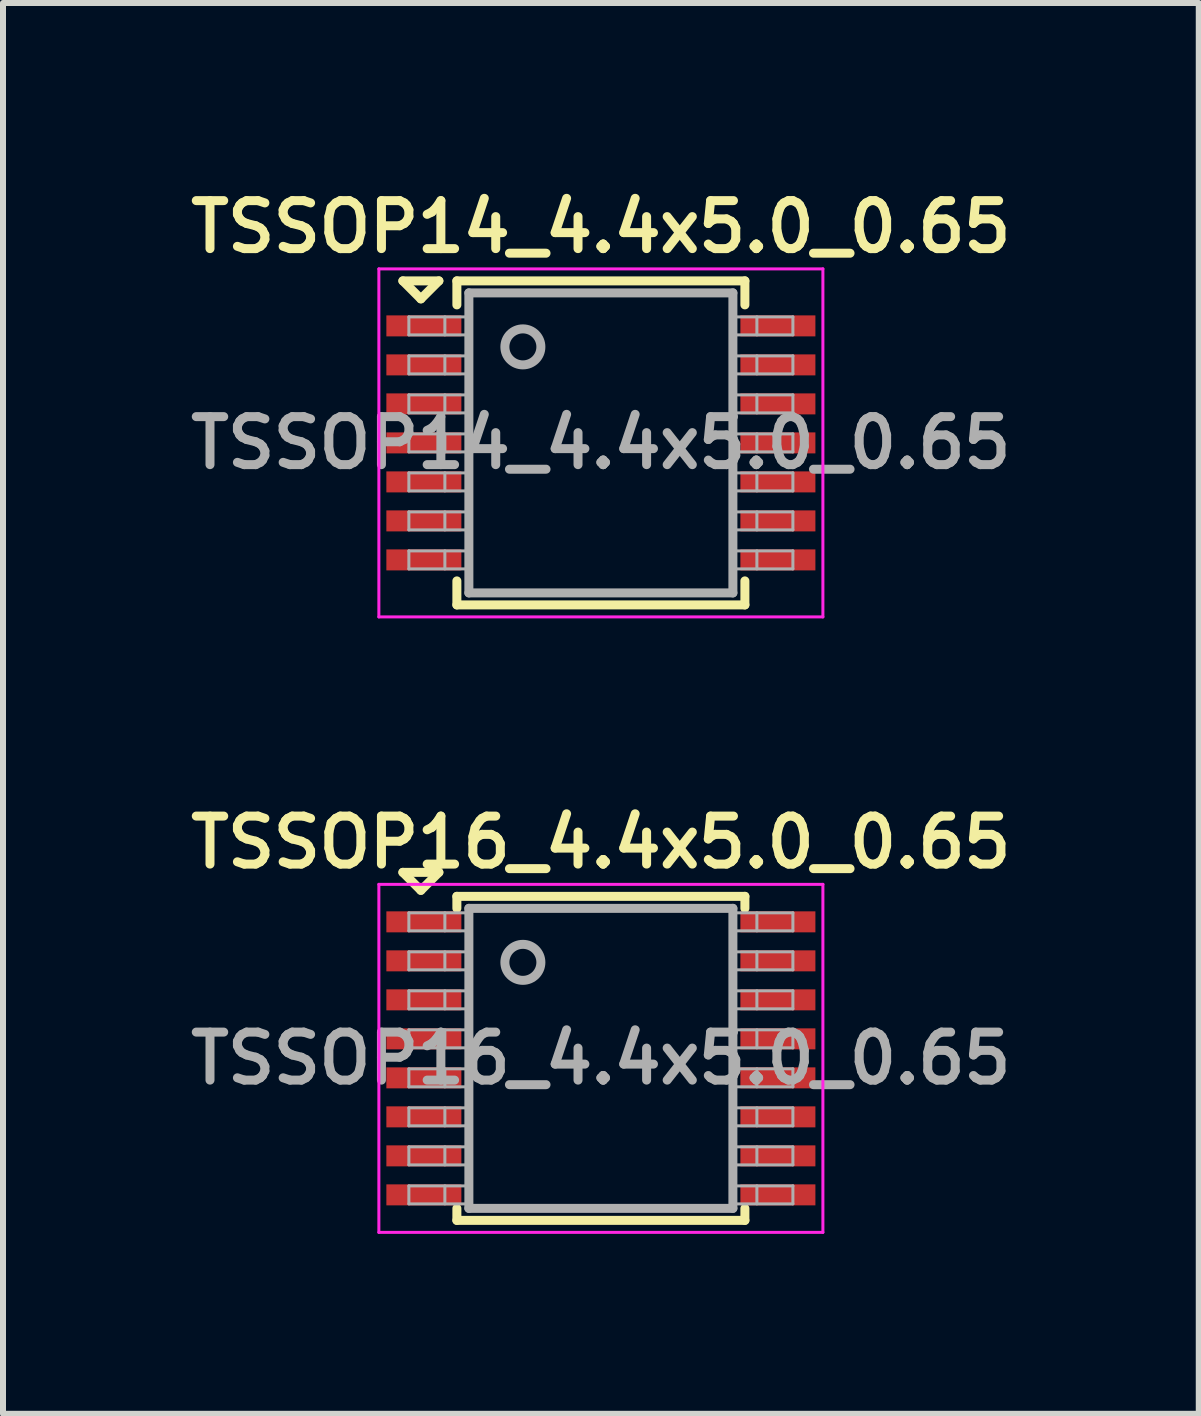
<source format=kicad_pcb>
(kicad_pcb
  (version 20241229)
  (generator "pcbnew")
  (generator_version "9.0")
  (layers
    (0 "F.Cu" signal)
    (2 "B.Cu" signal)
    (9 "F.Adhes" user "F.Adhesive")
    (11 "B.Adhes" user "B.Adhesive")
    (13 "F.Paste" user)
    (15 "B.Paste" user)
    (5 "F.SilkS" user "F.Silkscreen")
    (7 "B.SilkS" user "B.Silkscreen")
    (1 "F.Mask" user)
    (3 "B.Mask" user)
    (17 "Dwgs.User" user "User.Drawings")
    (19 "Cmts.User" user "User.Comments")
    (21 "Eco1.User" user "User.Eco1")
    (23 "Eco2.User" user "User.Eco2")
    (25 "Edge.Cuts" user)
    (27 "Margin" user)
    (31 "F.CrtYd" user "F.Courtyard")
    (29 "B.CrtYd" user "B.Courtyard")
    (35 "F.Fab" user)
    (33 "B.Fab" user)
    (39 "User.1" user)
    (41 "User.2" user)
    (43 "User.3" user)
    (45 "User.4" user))
  (footprint "TSSOP14_4.4x5.0_0.65"
    (layer "F.Cu")
    (at 6.964 4.331)
    (property "Reference" "TSSOP14_4.4x5.0_0.65" (at 0 -3.6 0) (layer "F.SilkS") (effects (font (size 0.8 0.8) (thickness 0.15))))
    (attr through_hole)
    (fp_line (start -3.3 -2.7) (end -2.7 -2.7) (stroke (width 0.15) (type solid)) (layer "F.SilkS"))
    (fp_line (start -3 -2.4) (end -3.3 -2.7) (stroke (width 0.15) (type solid)) (layer "F.SilkS"))
    (fp_line (start -2.7 -2.7) (end -3 -2.4) (stroke (width 0.15) (type solid)) (layer "F.SilkS"))
    (fp_line (start -2.4 -2.7) (end 2.4 -2.7) (stroke (width 0.15) (type solid)) (layer "F.SilkS"))
    (fp_line (start -2.4 -2.3) (end -2.4 -2.7) (stroke (width 0.15) (type solid)) (layer "F.SilkS"))
    (fp_line (start -2.4 2.3) (end -2.4 2.7) (stroke (width 0.15) (type solid)) (layer "F.SilkS"))
    (fp_line (start -2.4 2.7) (end 2.4 2.7) (stroke (width 0.15) (type solid)) (layer "F.SilkS"))
    (fp_line (start 2.4 -2.7) (end 2.4 -2.3) (stroke (width 0.15) (type solid)) (layer "F.SilkS"))
    (fp_line (start 2.4 2.7) (end 2.4 2.3) (stroke (width 0.15) (type solid)) (layer "F.SilkS"))
    (fp_line (start -3.7 -2.9) (end -3.7 2.9) (stroke (width 0.05) (type solid)) (layer "F.CrtYd"))
    (fp_line (start -3.7 2.9) (end 3.7 2.9) (stroke (width 0.05) (type solid)) (layer "F.CrtYd"))
    (fp_line (start 3.7 -2.9) (end -3.7 -2.9) (stroke (width 0.05) (type solid)) (layer "F.CrtYd"))
    (fp_line (start 3.7 2.9) (end 3.7 -2.9) (stroke (width 0.05) (type solid)) (layer "F.CrtYd"))
    (fp_line (start -3.2 -2.1) (end -2.2 -2.1) (stroke (width 0.05) (type solid)) (layer "F.Fab"))
    (fp_line (start -3.2 -1.8) (end -3.2 -2.1) (stroke (width 0.05) (type solid)) (layer "F.Fab"))
    (fp_line (start -3.2 -1.45) (end -2.2 -1.45) (stroke (width 0.05) (type solid)) (layer "F.Fab"))
    (fp_line (start -3.2 -1.15) (end -3.2 -1.45) (stroke (width 0.05) (type solid)) (layer "F.Fab"))
    (fp_line (start -3.2 -0.8) (end -2.2 -0.8) (stroke (width 0.05) (type solid)) (layer "F.Fab"))
    (fp_line (start -3.2 -0.5) (end -3.2 -0.8) (stroke (width 0.05) (type solid)) (layer "F.Fab"))
    (fp_line (start -3.2 -0.15) (end -2.2 -0.15) (stroke (width 0.05) (type solid)) (layer "F.Fab"))
    (fp_line (start -3.2 0.15) (end -3.2 -0.15) (stroke (width 0.05) (type solid)) (layer "F.Fab"))
    (fp_line (start -3.2 0.5) (end -2.2 0.5) (stroke (width 0.05) (type solid)) (layer "F.Fab"))
    (fp_line (start -3.2 0.8) (end -3.2 0.5) (stroke (width 0.05) (type solid)) (layer "F.Fab"))
    (fp_line (start -3.2 1.15) (end -2.2 1.15) (stroke (width 0.05) (type solid)) (layer "F.Fab"))
    (fp_line (start -3.2 1.45) (end -3.2 1.15) (stroke (width 0.05) (type solid)) (layer "F.Fab"))
    (fp_line (start -3.2 1.8) (end -2.2 1.8) (stroke (width 0.05) (type solid)) (layer "F.Fab"))
    (fp_line (start -3.2 2.1) (end -3.2 1.8) (stroke (width 0.05) (type solid)) (layer "F.Fab"))
    (fp_line (start -2.6 -2.1) (end -2.6 -1.8) (stroke (width 0.05) (type solid)) (layer "F.Fab"))
    (fp_line (start -2.6 -1.45) (end -2.6 -1.15) (stroke (width 0.05) (type solid)) (layer "F.Fab"))
    (fp_line (start -2.6 -0.8) (end -2.6 -0.5) (stroke (width 0.05) (type solid)) (layer "F.Fab"))
    (fp_line (start -2.6 -0.15) (end -2.6 0.15) (stroke (width 0.05) (type solid)) (layer "F.Fab"))
    (fp_line (start -2.6 0.5) (end -2.6 0.8) (stroke (width 0.05) (type solid)) (layer "F.Fab"))
    (fp_line (start -2.6 1.15) (end -2.6 1.45) (stroke (width 0.05) (type solid)) (layer "F.Fab"))
    (fp_line (start -2.6 1.8) (end -2.6 2.1) (stroke (width 0.05) (type solid)) (layer "F.Fab"))
    (fp_line (start -2.2 -2.5) (end -2.2 2.5) (stroke (width 0.15) (type solid)) (layer "F.Fab"))
    (fp_line (start -2.2 -1.8) (end -3.2 -1.8) (stroke (width 0.05) (type solid)) (layer "F.Fab"))
    (fp_line (start -2.2 -1.15) (end -3.2 -1.15) (stroke (width 0.05) (type solid)) (layer "F.Fab"))
    (fp_line (start -2.2 -0.5) (end -3.2 -0.5) (stroke (width 0.05) (type solid)) (layer "F.Fab"))
    (fp_line (start -2.2 0.15) (end -3.2 0.15) (stroke (width 0.05) (type solid)) (layer "F.Fab"))
    (fp_line (start -2.2 0.8) (end -3.2 0.8) (stroke (width 0.05) (type solid)) (layer "F.Fab"))
    (fp_line (start -2.2 1.45) (end -3.2 1.45) (stroke (width 0.05) (type solid)) (layer "F.Fab"))
    (fp_line (start -2.2 2.1) (end -3.2 2.1) (stroke (width 0.05) (type solid)) (layer "F.Fab"))
    (fp_line (start -2.2 2.5) (end 2.2 2.5) (stroke (width 0.15) (type solid)) (layer "F.Fab"))
    (fp_line (start 2.2 -2.5) (end -2.2 -2.5) (stroke (width 0.15) (type solid)) (layer "F.Fab"))
    (fp_line (start 2.2 -1.8) (end 3.2 -1.8) (stroke (width 0.05) (type solid)) (layer "F.Fab"))
    (fp_line (start 2.2 -1.15) (end 3.2 -1.15) (stroke (width 0.05) (type solid)) (layer "F.Fab"))
    (fp_line (start 2.2 -0.5) (end 3.2 -0.5) (stroke (width 0.05) (type solid)) (layer "F.Fab"))
    (fp_line (start 2.2 0.15) (end 3.2 0.15) (stroke (width 0.05) (type solid)) (layer "F.Fab"))
    (fp_line (start 2.2 0.8) (end 3.2 0.8) (stroke (width 0.05) (type solid)) (layer "F.Fab"))
    (fp_line (start 2.2 1.45) (end 3.2 1.45) (stroke (width 0.05) (type solid)) (layer "F.Fab"))
    (fp_line (start 2.2 2.1) (end 3.2 2.1) (stroke (width 0.05) (type solid)) (layer "F.Fab"))
    (fp_line (start 2.2 2.5) (end 2.2 -2.5) (stroke (width 0.15) (type solid)) (layer "F.Fab"))
    (fp_line (start 2.6 -2.1) (end 2.6 -1.8) (stroke (width 0.05) (type solid)) (layer "F.Fab"))
    (fp_line (start 2.6 -1.45) (end 2.6 -1.15) (stroke (width 0.05) (type solid)) (layer "F.Fab"))
    (fp_line (start 2.6 -0.8) (end 2.6 -0.5) (stroke (width 0.05) (type solid)) (layer "F.Fab"))
    (fp_line (start 2.6 -0.15) (end 2.6 0.15) (stroke (width 0.05) (type solid)) (layer "F.Fab"))
    (fp_line (start 2.6 0.5) (end 2.6 0.8) (stroke (width 0.05) (type solid)) (layer "F.Fab"))
    (fp_line (start 2.6 1.15) (end 2.6 1.45) (stroke (width 0.05) (type solid)) (layer "F.Fab"))
    (fp_line (start 2.6 1.8) (end 2.6 2.1) (stroke (width 0.05) (type solid)) (layer "F.Fab"))
    (fp_line (start 3.2 -2.1) (end 2.2 -2.1) (stroke (width 0.05) (type solid)) (layer "F.Fab"))
    (fp_line (start 3.2 -1.8) (end 3.2 -2.1) (stroke (width 0.05) (type solid)) (layer "F.Fab"))
    (fp_line (start 3.2 -1.45) (end 2.2 -1.45) (stroke (width 0.05) (type solid)) (layer "F.Fab"))
    (fp_line (start 3.2 -1.15) (end 3.2 -1.45) (stroke (width 0.05) (type solid)) (layer "F.Fab"))
    (fp_line (start 3.2 -0.8) (end 2.2 -0.8) (stroke (width 0.05) (type solid)) (layer "F.Fab"))
    (fp_line (start 3.2 -0.5) (end 3.2 -0.8) (stroke (width 0.05) (type solid)) (layer "F.Fab"))
    (fp_line (start 3.2 -0.15) (end 2.2 -0.15) (stroke (width 0.05) (type solid)) (layer "F.Fab"))
    (fp_line (start 3.2 0.15) (end 3.2 -0.15) (stroke (width 0.05) (type solid)) (layer "F.Fab"))
    (fp_line (start 3.2 0.5) (end 2.2 0.5) (stroke (width 0.05) (type solid)) (layer "F.Fab"))
    (fp_line (start 3.2 0.8) (end 3.2 0.5) (stroke (width 0.05) (type solid)) (layer "F.Fab"))
    (fp_line (start 3.2 1.15) (end 2.2 1.15) (stroke (width 0.05) (type solid)) (layer "F.Fab"))
    (fp_line (start 3.2 1.45) (end 3.2 1.15) (stroke (width 0.05) (type solid)) (layer "F.Fab"))
    (fp_line (start 3.2 1.8) (end 2.2 1.8) (stroke (width 0.05) (type solid)) (layer "F.Fab"))
    (fp_line (start 3.2 2.1) (end 3.2 1.8) (stroke (width 0.05) (type solid)) (layer "F.Fab"))
    (fp_circle (center -1.3 -1.6) (end -1 -1.6) (stroke (width 0.15) (type solid)) (fill no) (layer "F.Fab"))
    (fp_text user "${REFERENCE}" (at 0 0 0) (layer "F.Fab") (effects (font (size 0.8 0.8) (thickness 0.15))))
    (pad "1" smd rect (at -2.95 -1.95) (size 1.25 0.35) (layers "F.Cu" "F.Mask" "F.Paste"))
    (pad "2" smd rect (at -2.95 -1.3) (size 1.25 0.35) (layers "F.Cu" "F.Mask" "F.Paste"))
    (pad "3" smd rect (at -2.95 -0.65) (size 1.25 0.35) (layers "F.Cu" "F.Mask" "F.Paste"))
    (pad "4" smd rect (at -2.95 0) (size 1.25 0.35) (layers "F.Cu" "F.Mask" "F.Paste"))
    (pad "5" smd rect (at -2.95 0.65) (size 1.25 0.35) (layers "F.Cu" "F.Mask" "F.Paste"))
    (pad "6" smd rect (at -2.95 1.3) (size 1.25 0.35) (layers "F.Cu" "F.Mask" "F.Paste"))
    (pad "7" smd rect (at -2.95 1.95) (size 1.25 0.35) (layers "F.Cu" "F.Mask" "F.Paste"))
    (pad "8" smd rect (at 2.95 1.95) (size 1.25 0.35) (layers "F.Cu" "F.Mask" "F.Paste"))
    (pad "9" smd rect (at 2.95 1.3) (size 1.25 0.35) (layers "F.Cu" "F.Mask" "F.Paste"))
    (pad "10" smd rect (at 2.95 0.65) (size 1.25 0.35) (layers "F.Cu" "F.Mask" "F.Paste"))
    (pad "11" smd rect (at 2.95 0) (size 1.25 0.35) (layers "F.Cu" "F.Mask" "F.Paste"))
    (pad "12" smd rect (at 2.95 -0.65) (size 1.25 0.35) (layers "F.Cu" "F.Mask" "F.Paste"))
    (pad "13" smd rect (at 2.95 -1.3) (size 1.25 0.35) (layers "F.Cu" "F.Mask" "F.Paste"))
    (pad "14" smd rect (at 2.95 -1.95) (size 1.25 0.35) (layers "F.Cu" "F.Mask" "F.Paste")))
  (footprint "TSSOP16_4.4x5.0_0.65"
    (layer "F.Cu")
    (at 6.964 14.588)
    (property "Reference" "TSSOP16_4.4x5.0_0.65" (at 0 -3.6 0) (layer "F.SilkS") (effects (font (size 0.8 0.8) (thickness 0.15))))
    (attr through_hole)
    (fp_line (start -3.3 -3.1) (end -2.7 -3.1) (stroke (width 0.15) (type solid)) (layer "F.SilkS"))
    (fp_line (start -3 -2.8) (end -3.3 -3.1) (stroke (width 0.15) (type solid)) (layer "F.SilkS"))
    (fp_line (start -2.7 -3.1) (end -3 -2.8) (stroke (width 0.15) (type solid)) (layer "F.SilkS"))
    (fp_line (start -2.4 -2.7) (end 2.4 -2.7) (stroke (width 0.15) (type solid)) (layer "F.SilkS"))
    (fp_line (start -2.4 -2.5) (end -2.4 -2.7) (stroke (width 0.15) (type solid)) (layer "F.SilkS"))
    (fp_line (start -2.4 2.5) (end -2.4 2.7) (stroke (width 0.15) (type solid)) (layer "F.SilkS"))
    (fp_line (start -2.4 2.7) (end 2.4 2.7) (stroke (width 0.15) (type solid)) (layer "F.SilkS"))
    (fp_line (start 2.4 -2.7) (end 2.4 -2.5) (stroke (width 0.15) (type solid)) (layer "F.SilkS"))
    (fp_line (start 2.4 2.5) (end 2.4 2.7) (stroke (width 0.15) (type solid)) (layer "F.SilkS"))
    (fp_line (start -3.7 -2.9) (end -3.7 2.9) (stroke (width 0.05) (type solid)) (layer "F.CrtYd"))
    (fp_line (start -3.7 2.9) (end 3.7 2.9) (stroke (width 0.05) (type solid)) (layer "F.CrtYd"))
    (fp_line (start 3.7 -2.9) (end -3.7 -2.9) (stroke (width 0.05) (type solid)) (layer "F.CrtYd"))
    (fp_line (start 3.7 2.9) (end 3.7 -2.9) (stroke (width 0.05) (type solid)) (layer "F.CrtYd"))
    (fp_line (start -3.2 -2.425) (end -2.2 -2.425) (stroke (width 0.05) (type solid)) (layer "F.Fab"))
    (fp_line (start -3.2 -2.125) (end -3.2 -2.425) (stroke (width 0.05) (type solid)) (layer "F.Fab"))
    (fp_line (start -3.2 -1.775) (end -2.2 -1.775) (stroke (width 0.05) (type solid)) (layer "F.Fab"))
    (fp_line (start -3.2 -1.475) (end -3.2 -1.775) (stroke (width 0.05) (type solid)) (layer "F.Fab"))
    (fp_line (start -3.2 -1.125) (end -2.2 -1.125) (stroke (width 0.05) (type solid)) (layer "F.Fab"))
    (fp_line (start -3.2 -0.825) (end -3.2 -1.125) (stroke (width 0.05) (type solid)) (layer "F.Fab"))
    (fp_line (start -3.2 -0.475) (end -2.2 -0.475) (stroke (width 0.05) (type solid)) (layer "F.Fab"))
    (fp_line (start -3.2 -0.175) (end -3.2 -0.475) (stroke (width 0.05) (type solid)) (layer "F.Fab"))
    (fp_line (start -3.2 0.175) (end -2.2 0.175) (stroke (width 0.05) (type solid)) (layer "F.Fab"))
    (fp_line (start -3.2 0.475) (end -3.2 0.175) (stroke (width 0.05) (type solid)) (layer "F.Fab"))
    (fp_line (start -3.2 0.825) (end -2.2 0.825) (stroke (width 0.05) (type solid)) (layer "F.Fab"))
    (fp_line (start -3.2 1.125) (end -3.2 0.825) (stroke (width 0.05) (type solid)) (layer "F.Fab"))
    (fp_line (start -3.2 1.475) (end -2.2 1.475) (stroke (width 0.05) (type solid)) (layer "F.Fab"))
    (fp_line (start -3.2 1.775) (end -3.2 1.475) (stroke (width 0.05) (type solid)) (layer "F.Fab"))
    (fp_line (start -3.2 2.125) (end -2.2 2.125) (stroke (width 0.05) (type solid)) (layer "F.Fab"))
    (fp_line (start -3.2 2.425) (end -3.2 2.125) (stroke (width 0.05) (type solid)) (layer "F.Fab"))
    (fp_line (start -2.6 -2.425) (end -2.6 -2.125) (stroke (width 0.05) (type solid)) (layer "F.Fab"))
    (fp_line (start -2.6 -1.775) (end -2.6 -1.475) (stroke (width 0.05) (type solid)) (layer "F.Fab"))
    (fp_line (start -2.6 -1.125) (end -2.6 -0.825) (stroke (width 0.05) (type solid)) (layer "F.Fab"))
    (fp_line (start -2.6 -0.475) (end -2.6 -0.175) (stroke (width 0.05) (type solid)) (layer "F.Fab"))
    (fp_line (start -2.6 0.175) (end -2.6 0.475) (stroke (width 0.05) (type solid)) (layer "F.Fab"))
    (fp_line (start -2.6 0.825) (end -2.6 1.125) (stroke (width 0.05) (type solid)) (layer "F.Fab"))
    (fp_line (start -2.6 1.475) (end -2.6 1.775) (stroke (width 0.05) (type solid)) (layer "F.Fab"))
    (fp_line (start -2.6 2.125) (end -2.6 2.425) (stroke (width 0.05) (type solid)) (layer "F.Fab"))
    (fp_line (start -2.2 -2.5) (end -2.2 2.5) (stroke (width 0.15) (type solid)) (layer "F.Fab"))
    (fp_line (start -2.2 -2.425) (end -2.2 -2.125) (stroke (width 0.05) (type solid)) (layer "F.Fab"))
    (fp_line (start -2.2 -2.125) (end -3.2 -2.125) (stroke (width 0.05) (type solid)) (layer "F.Fab"))
    (fp_line (start -2.2 -1.775) (end -2.2 -1.475) (stroke (width 0.05) (type solid)) (layer "F.Fab"))
    (fp_line (start -2.2 -1.475) (end -3.2 -1.475) (stroke (width 0.05) (type solid)) (layer "F.Fab"))
    (fp_line (start -2.2 -1.125) (end -2.2 -0.825) (stroke (width 0.05) (type solid)) (layer "F.Fab"))
    (fp_line (start -2.2 -0.825) (end -3.2 -0.825) (stroke (width 0.05) (type solid)) (layer "F.Fab"))
    (fp_line (start -2.2 -0.475) (end -2.2 -0.175) (stroke (width 0.05) (type solid)) (layer "F.Fab"))
    (fp_line (start -2.2 -0.175) (end -3.2 -0.175) (stroke (width 0.05) (type solid)) (layer "F.Fab"))
    (fp_line (start -2.2 0.175) (end -2.2 0.475) (stroke (width 0.05) (type solid)) (layer "F.Fab"))
    (fp_line (start -2.2 0.475) (end -3.2 0.475) (stroke (width 0.05) (type solid)) (layer "F.Fab"))
    (fp_line (start -2.2 0.825) (end -2.2 1.125) (stroke (width 0.05) (type solid)) (layer "F.Fab"))
    (fp_line (start -2.2 1.125) (end -3.2 1.125) (stroke (width 0.05) (type solid)) (layer "F.Fab"))
    (fp_line (start -2.2 1.475) (end -2.2 1.775) (stroke (width 0.05) (type solid)) (layer "F.Fab"))
    (fp_line (start -2.2 1.775) (end -3.2 1.775) (stroke (width 0.05) (type solid)) (layer "F.Fab"))
    (fp_line (start -2.2 2.425) (end -3.2 2.425) (stroke (width 0.05) (type solid)) (layer "F.Fab"))
    (fp_line (start -2.2 2.5) (end 2.2 2.5) (stroke (width 0.15) (type solid)) (layer "F.Fab"))
    (fp_line (start 2.2 -2.5) (end -2.2 -2.5) (stroke (width 0.15) (type solid)) (layer "F.Fab"))
    (fp_line (start 2.2 -2.425) (end 2.2 -2.125) (stroke (width 0.05) (type solid)) (layer "F.Fab"))
    (fp_line (start 2.2 -2.125) (end 3.2 -2.125) (stroke (width 0.05) (type solid)) (layer "F.Fab"))
    (fp_line (start 2.2 -1.775) (end 2.2 -1.475) (stroke (width 0.05) (type solid)) (layer "F.Fab"))
    (fp_line (start 2.2 -1.475) (end 3.2 -1.475) (stroke (width 0.05) (type solid)) (layer "F.Fab"))
    (fp_line (start 2.2 -1.125) (end 2.2 -0.825) (stroke (width 0.05) (type solid)) (layer "F.Fab"))
    (fp_line (start 2.2 -0.825) (end 3.2 -0.825) (stroke (width 0.05) (type solid)) (layer "F.Fab"))
    (fp_line (start 2.2 -0.475) (end 2.2 -0.175) (stroke (width 0.05) (type solid)) (layer "F.Fab"))
    (fp_line (start 2.2 -0.175) (end 3.2 -0.175) (stroke (width 0.05) (type solid)) (layer "F.Fab"))
    (fp_line (start 2.2 0.175) (end 2.2 0.475) (stroke (width 0.05) (type solid)) (layer "F.Fab"))
    (fp_line (start 2.2 0.475) (end 3.2 0.475) (stroke (width 0.05) (type solid)) (layer "F.Fab"))
    (fp_line (start 2.2 0.825) (end 2.2 1.125) (stroke (width 0.05) (type solid)) (layer "F.Fab"))
    (fp_line (start 2.2 1.125) (end 3.2 1.125) (stroke (width 0.05) (type solid)) (layer "F.Fab"))
    (fp_line (start 2.2 1.475) (end 2.2 1.775) (stroke (width 0.05) (type solid)) (layer "F.Fab"))
    (fp_line (start 2.2 1.775) (end 3.2 1.775) (stroke (width 0.05) (type solid)) (layer "F.Fab"))
    (fp_line (start 2.2 2.425) (end 3.2 2.425) (stroke (width 0.05) (type solid)) (layer "F.Fab"))
    (fp_line (start 2.2 2.5) (end 2.2 -2.5) (stroke (width 0.15) (type solid)) (layer "F.Fab"))
    (fp_line (start 2.6 -2.425) (end 2.6 -2.125) (stroke (width 0.05) (type solid)) (layer "F.Fab"))
    (fp_line (start 2.6 -1.775) (end 2.6 -1.475) (stroke (width 0.05) (type solid)) (layer "F.Fab"))
    (fp_line (start 2.6 -1.125) (end 2.6 -0.825) (stroke (width 0.05) (type solid)) (layer "F.Fab"))
    (fp_line (start 2.6 -0.475) (end 2.6 -0.175) (stroke (width 0.05) (type solid)) (layer "F.Fab"))
    (fp_line (start 2.6 0.175) (end 2.6 0.475) (stroke (width 0.05) (type solid)) (layer "F.Fab"))
    (fp_line (start 2.6 0.825) (end 2.6 1.125) (stroke (width 0.05) (type solid)) (layer "F.Fab"))
    (fp_line (start 2.6 1.475) (end 2.6 1.775) (stroke (width 0.05) (type solid)) (layer "F.Fab"))
    (fp_line (start 2.6 2.125) (end 2.6 2.425) (stroke (width 0.05) (type solid)) (layer "F.Fab"))
    (fp_line (start 3.2 -2.425) (end 2.2 -2.425) (stroke (width 0.05) (type solid)) (layer "F.Fab"))
    (fp_line (start 3.2 -2.125) (end 3.2 -2.425) (stroke (width 0.05) (type solid)) (layer "F.Fab"))
    (fp_line (start 3.2 -1.775) (end 2.2 -1.775) (stroke (width 0.05) (type solid)) (layer "F.Fab"))
    (fp_line (start 3.2 -1.475) (end 3.2 -1.775) (stroke (width 0.05) (type solid)) (layer "F.Fab"))
    (fp_line (start 3.2 -1.125) (end 2.2 -1.125) (stroke (width 0.05) (type solid)) (layer "F.Fab"))
    (fp_line (start 3.2 -0.825) (end 3.2 -1.125) (stroke (width 0.05) (type solid)) (layer "F.Fab"))
    (fp_line (start 3.2 -0.475) (end 2.2 -0.475) (stroke (width 0.05) (type solid)) (layer "F.Fab"))
    (fp_line (start 3.2 -0.175) (end 3.2 -0.475) (stroke (width 0.05) (type solid)) (layer "F.Fab"))
    (fp_line (start 3.2 0.175) (end 2.2 0.175) (stroke (width 0.05) (type solid)) (layer "F.Fab"))
    (fp_line (start 3.2 0.475) (end 3.2 0.175) (stroke (width 0.05) (type solid)) (layer "F.Fab"))
    (fp_line (start 3.2 0.825) (end 2.2 0.825) (stroke (width 0.05) (type solid)) (layer "F.Fab"))
    (fp_line (start 3.2 1.125) (end 3.2 0.825) (stroke (width 0.05) (type solid)) (layer "F.Fab"))
    (fp_line (start 3.2 1.475) (end 2.2 1.475) (stroke (width 0.05) (type solid)) (layer "F.Fab"))
    (fp_line (start 3.2 1.775) (end 3.2 1.475) (stroke (width 0.05) (type solid)) (layer "F.Fab"))
    (fp_line (start 3.2 2.125) (end 2.2 2.125) (stroke (width 0.05) (type solid)) (layer "F.Fab"))
    (fp_line (start 3.2 2.425) (end 3.2 2.125) (stroke (width 0.05) (type solid)) (layer "F.Fab"))
    (fp_circle (center -1.3 -1.6) (end -1 -1.6) (stroke (width 0.15) (type solid)) (fill no) (layer "F.Fab"))
    (fp_text user "${REFERENCE}" (at 0 0 0) (layer "F.Fab") (effects (font (size 0.8 0.8) (thickness 0.15))))
    (pad "1" smd rect (at -2.95 -2.275) (size 1.25 0.35) (layers "F.Cu" "F.Mask" "F.Paste"))
    (pad "2" smd rect (at -2.95 -1.625) (size 1.25 0.35) (layers "F.Cu" "F.Mask" "F.Paste"))
    (pad "3" smd rect (at -2.95 -0.975) (size 1.25 0.35) (layers "F.Cu" "F.Mask" "F.Paste"))
    (pad "4" smd rect (at -2.95 -0.325) (size 1.25 0.35) (layers "F.Cu" "F.Mask" "F.Paste"))
    (pad "5" smd rect (at -2.95 0.325) (size 1.25 0.35) (layers "F.Cu" "F.Mask" "F.Paste"))
    (pad "6" smd rect (at -2.95 0.975) (size 1.25 0.35) (layers "F.Cu" "F.Mask" "F.Paste"))
    (pad "7" smd rect (at -2.95 1.625) (size 1.25 0.35) (layers "F.Cu" "F.Mask" "F.Paste"))
    (pad "8" smd rect (at -2.95 2.275) (size 1.25 0.35) (layers "F.Cu" "F.Mask" "F.Paste"))
    (pad "9" smd rect (at 2.95 2.275) (size 1.25 0.35) (layers "F.Cu" "F.Mask" "F.Paste"))
    (pad "10" smd rect (at 2.95 1.625) (size 1.25 0.35) (layers "F.Cu" "F.Mask" "F.Paste"))
    (pad "11" smd rect (at 2.95 0.975) (size 1.25 0.35) (layers "F.Cu" "F.Mask" "F.Paste"))
    (pad "12" smd rect (at 2.95 0.325) (size 1.25 0.35) (layers "F.Cu" "F.Mask" "F.Paste"))
    (pad "13" smd rect (at 2.95 -0.325) (size 1.25 0.35) (layers "F.Cu" "F.Mask" "F.Paste"))
    (pad "14" smd rect (at 2.95 -0.975) (size 1.25 0.35) (layers "F.Cu" "F.Mask" "F.Paste"))
    (pad "15" smd rect (at 2.95 -1.625) (size 1.25 0.35) (layers "F.Cu" "F.Mask" "F.Paste"))
    (pad "16" smd rect (at 2.95 -2.275) (size 1.25 0.35) (layers "F.Cu" "F.Mask" "F.Paste")))
  (gr_rect
    (start -3 -3)
    (end 16.928 20.512)
    (stroke (width 0.1) (type default))
    (fill no)
    (layer "Edge.Cuts")))
</source>
